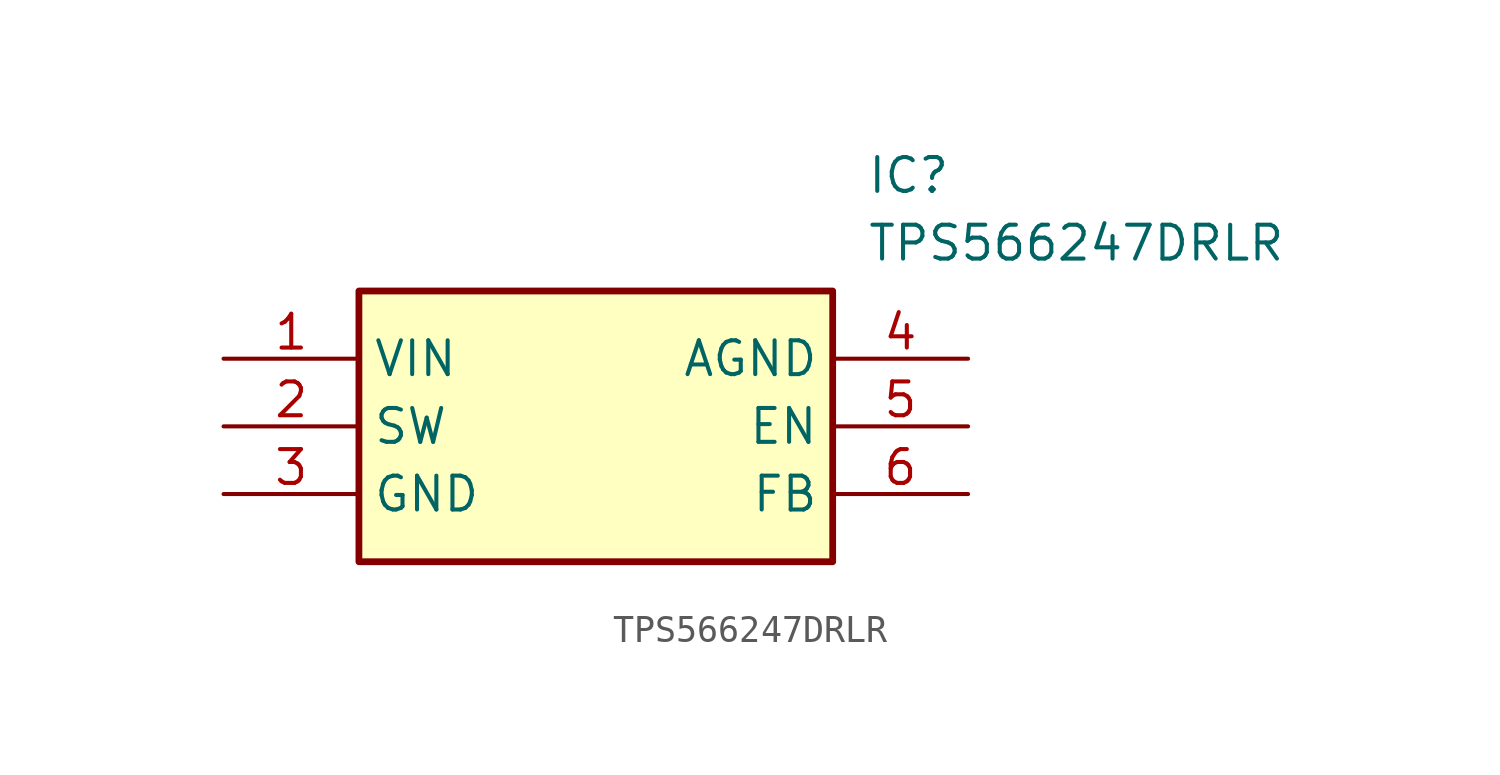
<source format=kicad_sym>
(kicad_symbol_lib
  (version 20211014)
  (generator SamacSys_ECAD_Model)
  (symbol "TPS566247DRLR"
    (property "Reference" "IC"
      (at 24.13 7.62 0)
      (effects (font (size 1.27 1.27)) (justify left top)))
    (property "Value" "TPS566247DRLR"
      (at 24.13 5.08 0)
      (effects (font (size 1.27 1.27)) (justify left top)))
    (rectangle
      (start 5.08 2.54)
      (end 22.86 -7.62)
      (stroke (width 0.254) (type default))
      (fill (type background)))
    (pin passive line
      (at 0 0 0)
      (length 5.08)
      (name "VIN" (effects (font (size 1.27 1.27))))
      (number "1" (effects (font (size 1.27 1.27)))))
    (pin passive line
      (at 0 -2.54 0)
      (length 5.08)
      (name "SW" (effects (font (size 1.27 1.27))))
      (number "2" (effects (font (size 1.27 1.27)))))
    (pin passive line
      (at 0 -5.08 0)
      (length 5.08)
      (name "GND" (effects (font (size 1.27 1.27))))
      (number "3" (effects (font (size 1.27 1.27)))))
    (pin passive line
      (at 27.94 0 180)
      (length 5.08)
      (name "AGND" (effects (font (size 1.27 1.27))))
      (number "4" (effects (font (size 1.27 1.27)))))
    (pin passive line
      (at 27.94 -2.54 180)
      (length 5.08)
      (name "EN" (effects (font (size 1.27 1.27))))
      (number "5" (effects (font (size 1.27 1.27)))))
    (pin passive line
      (at 27.94 -5.08 180)
      (length 5.08)
      (name "FB" (effects (font (size 1.27 1.27))))
      (number "6" (effects (font (size 1.27 1.27)))))))
</source>
